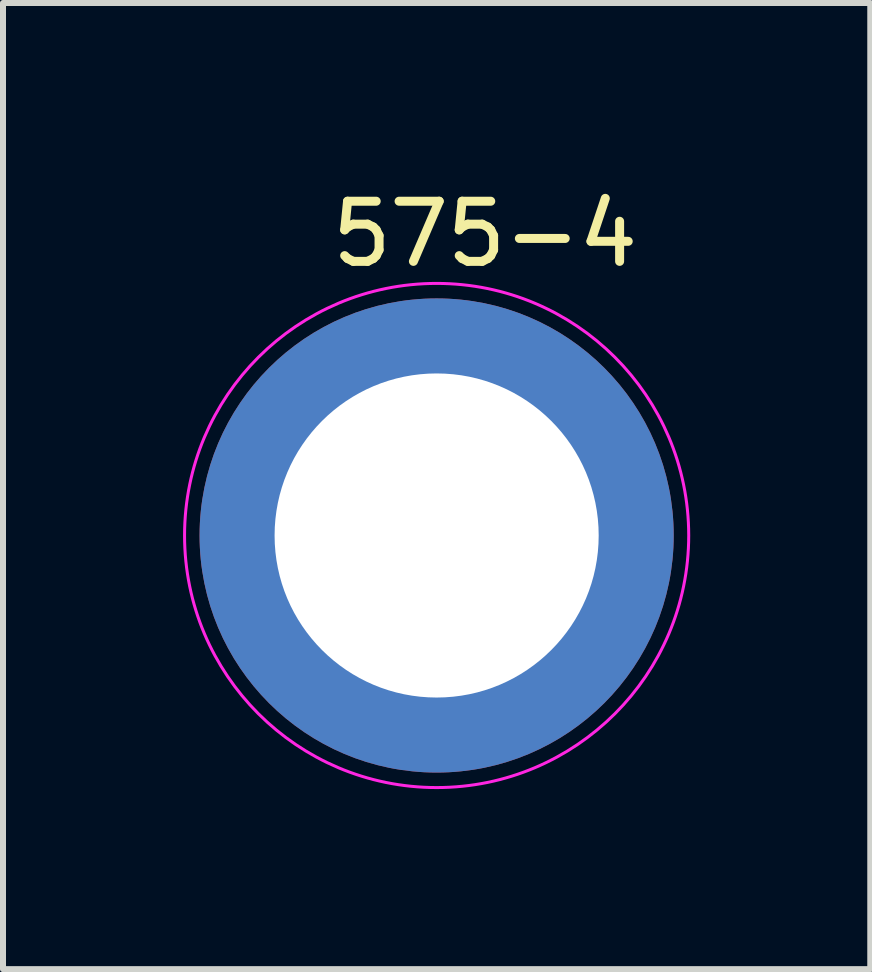
<source format=kicad_pcb>
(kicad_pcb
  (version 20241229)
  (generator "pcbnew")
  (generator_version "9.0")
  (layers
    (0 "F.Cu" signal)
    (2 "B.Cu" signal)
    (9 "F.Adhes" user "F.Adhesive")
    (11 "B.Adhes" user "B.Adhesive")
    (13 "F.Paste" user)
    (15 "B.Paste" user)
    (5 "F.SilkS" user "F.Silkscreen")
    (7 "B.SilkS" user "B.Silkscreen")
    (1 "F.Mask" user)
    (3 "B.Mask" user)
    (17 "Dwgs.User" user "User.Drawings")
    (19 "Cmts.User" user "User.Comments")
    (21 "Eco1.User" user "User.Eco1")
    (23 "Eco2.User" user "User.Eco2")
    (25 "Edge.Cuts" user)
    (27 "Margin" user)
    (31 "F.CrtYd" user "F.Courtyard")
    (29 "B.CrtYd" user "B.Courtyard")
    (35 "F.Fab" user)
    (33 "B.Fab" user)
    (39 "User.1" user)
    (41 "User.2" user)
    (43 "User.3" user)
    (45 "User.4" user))
  (footprint "575-4"
    (layer "F.Cu")
    (at 4.225 5.872)
    (property "Reference" "575-4" (at 0.806 -5.023 0) (layer "F.SilkS") (effects (font (size 1.002 1.002) (thickness 0.15))))
    (attr through_hole)
    (fp_circle (center 0 0) (end 4.2 0) (stroke (width 0.05) (type solid)) (fill no) (layer "F.CrtYd"))
    (pad "1" thru_hole circle (at 0 0) (size 7.9 7.9) (drill 5.4) (layers "*.Cu" "*.Mask")))
  (gr_rect
    (start -3 -3)
    (end 11.45 13.097)
    (stroke (width 0.1) (type default))
    (fill no)
    (layer "Edge.Cuts")))
</source>
